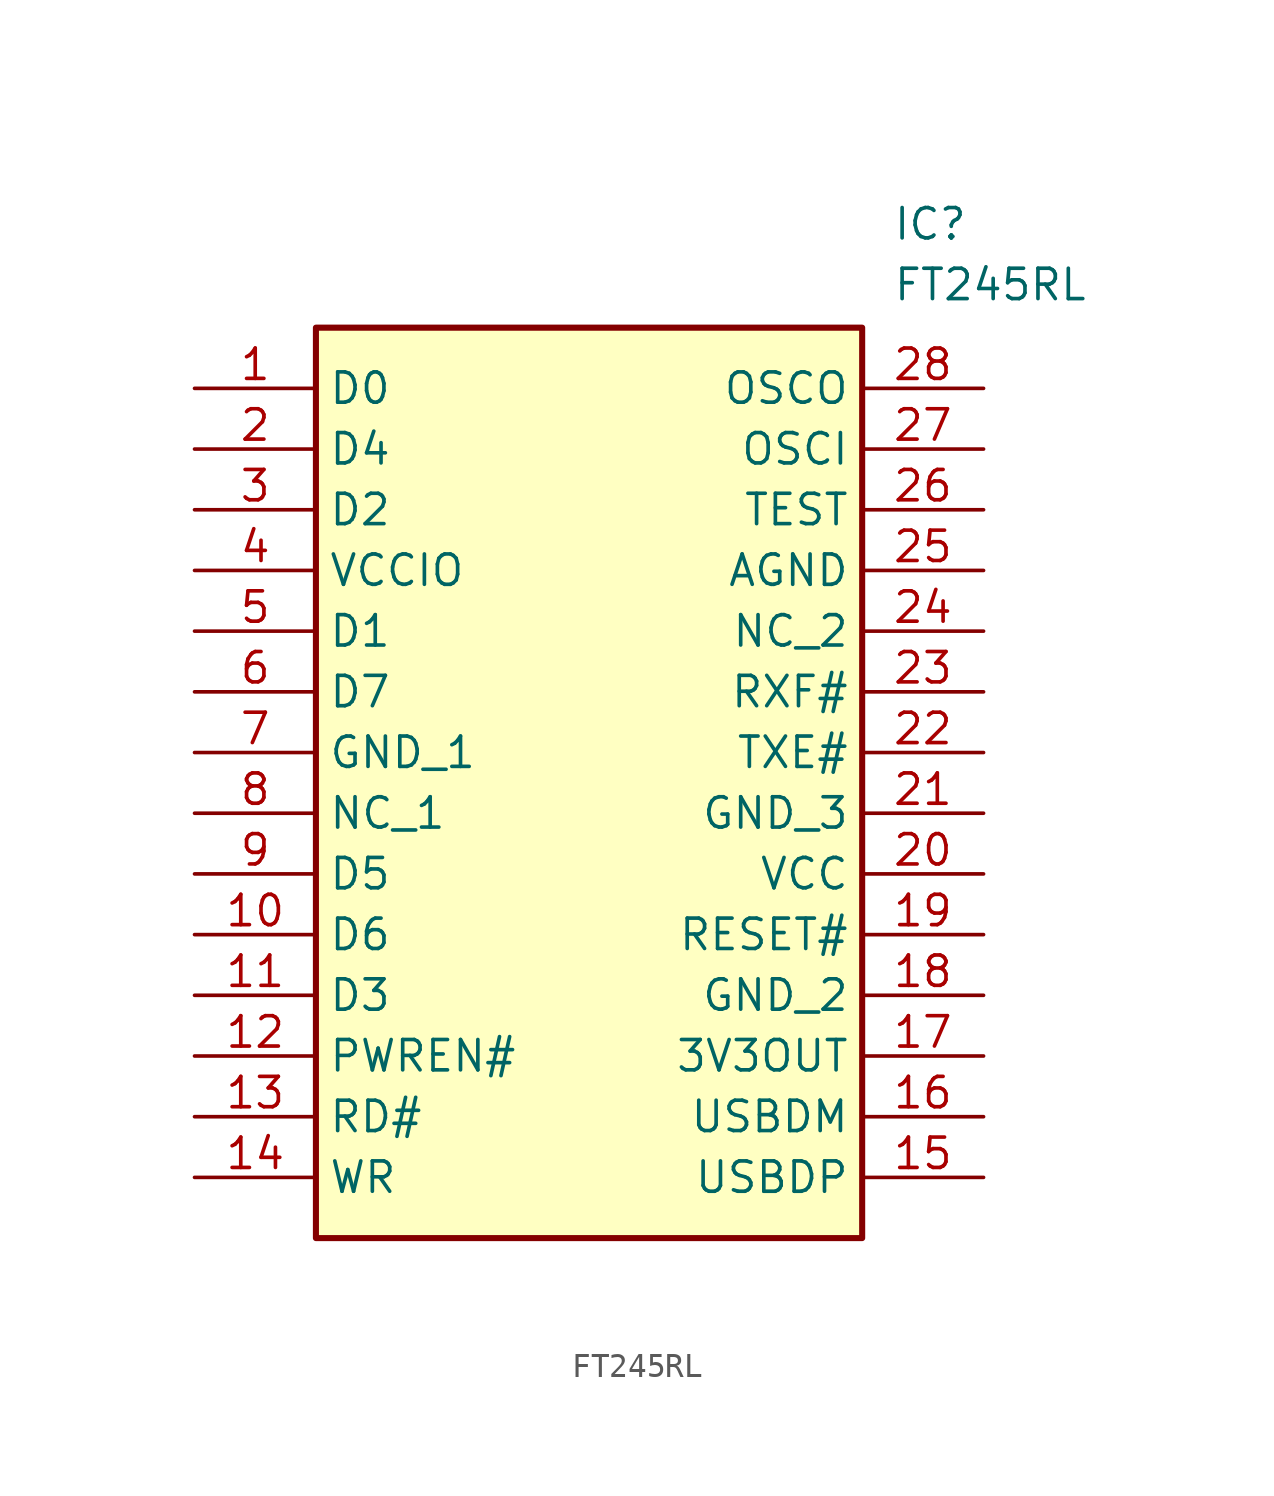
<source format=kicad_sym>
(kicad_symbol_lib
  (version 20211014)
  (generator SamacSys_ECAD_Model)
  (symbol "FT245RL"
    (property "Reference" "IC"
      (at 29.21 7.62 0)
      (effects (font (size 1.27 1.27)) (justify left top)))
    (property "Value" "FT245RL"
      (at 29.21 5.08 0)
      (effects (font (size 1.27 1.27)) (justify left top)))
    (rectangle
      (start 5.08 2.54)
      (end 27.94 -35.56)
      (stroke (width 0.254) (type default))
      (fill (type background)))
    (pin passive line
      (at 0 0 0)
      (length 5.08)
      (name "D0" (effects (font (size 1.27 1.27))))
      (number "1" (effects (font (size 1.27 1.27)))))
    (pin passive line
      (at 0 -2.54 0)
      (length 5.08)
      (name "D4" (effects (font (size 1.27 1.27))))
      (number "2" (effects (font (size 1.27 1.27)))))
    (pin passive line
      (at 0 -5.08 0)
      (length 5.08)
      (name "D2" (effects (font (size 1.27 1.27))))
      (number "3" (effects (font (size 1.27 1.27)))))
    (pin passive line
      (at 0 -7.62 0)
      (length 5.08)
      (name "VCCIO" (effects (font (size 1.27 1.27))))
      (number "4" (effects (font (size 1.27 1.27)))))
    (pin passive line
      (at 0 -10.16 0)
      (length 5.08)
      (name "D1" (effects (font (size 1.27 1.27))))
      (number "5" (effects (font (size 1.27 1.27)))))
    (pin passive line
      (at 0 -12.7 0)
      (length 5.08)
      (name "D7" (effects (font (size 1.27 1.27))))
      (number "6" (effects (font (size 1.27 1.27)))))
    (pin passive line
      (at 0 -15.24 0)
      (length 5.08)
      (name "GND_1" (effects (font (size 1.27 1.27))))
      (number "7" (effects (font (size 1.27 1.27)))))
    (pin passive line
      (at 0 -17.78 0)
      (length 5.08)
      (name "NC_1" (effects (font (size 1.27 1.27))))
      (number "8" (effects (font (size 1.27 1.27)))))
    (pin passive line
      (at 0 -20.32 0)
      (length 5.08)
      (name "D5" (effects (font (size 1.27 1.27))))
      (number "9" (effects (font (size 1.27 1.27)))))
    (pin passive line
      (at 0 -22.86 0)
      (length 5.08)
      (name "D6" (effects (font (size 1.27 1.27))))
      (number "10" (effects (font (size 1.27 1.27)))))
    (pin passive line
      (at 0 -25.4 0)
      (length 5.08)
      (name "D3" (effects (font (size 1.27 1.27))))
      (number "11" (effects (font (size 1.27 1.27)))))
    (pin passive line
      (at 0 -27.94 0)
      (length 5.08)
      (name "PWREN#" (effects (font (size 1.27 1.27))))
      (number "12" (effects (font (size 1.27 1.27)))))
    (pin passive line
      (at 0 -30.48 0)
      (length 5.08)
      (name "RD#" (effects (font (size 1.27 1.27))))
      (number "13" (effects (font (size 1.27 1.27)))))
    (pin passive line
      (at 0 -33.02 0)
      (length 5.08)
      (name "WR" (effects (font (size 1.27 1.27))))
      (number "14" (effects (font (size 1.27 1.27)))))
    (pin passive line
      (at 33.02 0 180)
      (length 5.08)
      (name "OSCO" (effects (font (size 1.27 1.27))))
      (number "28" (effects (font (size 1.27 1.27)))))
    (pin passive line
      (at 33.02 -2.54 180)
      (length 5.08)
      (name "OSCI" (effects (font (size 1.27 1.27))))
      (number "27" (effects (font (size 1.27 1.27)))))
    (pin passive line
      (at 33.02 -5.08 180)
      (length 5.08)
      (name "TEST" (effects (font (size 1.27 1.27))))
      (number "26" (effects (font (size 1.27 1.27)))))
    (pin passive line
      (at 33.02 -7.62 180)
      (length 5.08)
      (name "AGND" (effects (font (size 1.27 1.27))))
      (number "25" (effects (font (size 1.27 1.27)))))
    (pin passive line
      (at 33.02 -10.16 180)
      (length 5.08)
      (name "NC_2" (effects (font (size 1.27 1.27))))
      (number "24" (effects (font (size 1.27 1.27)))))
    (pin passive line
      (at 33.02 -12.7 180)
      (length 5.08)
      (name "RXF#" (effects (font (size 1.27 1.27))))
      (number "23" (effects (font (size 1.27 1.27)))))
    (pin passive line
      (at 33.02 -15.24 180)
      (length 5.08)
      (name "TXE#" (effects (font (size 1.27 1.27))))
      (number "22" (effects (font (size 1.27 1.27)))))
    (pin passive line
      (at 33.02 -17.78 180)
      (length 5.08)
      (name "GND_3" (effects (font (size 1.27 1.27))))
      (number "21" (effects (font (size 1.27 1.27)))))
    (pin passive line
      (at 33.02 -20.32 180)
      (length 5.08)
      (name "VCC" (effects (font (size 1.27 1.27))))
      (number "20" (effects (font (size 1.27 1.27)))))
    (pin passive line
      (at 33.02 -22.86 180)
      (length 5.08)
      (name "RESET#" (effects (font (size 1.27 1.27))))
      (number "19" (effects (font (size 1.27 1.27)))))
    (pin passive line
      (at 33.02 -25.4 180)
      (length 5.08)
      (name "GND_2" (effects (font (size 1.27 1.27))))
      (number "18" (effects (font (size 1.27 1.27)))))
    (pin passive line
      (at 33.02 -27.94 180)
      (length 5.08)
      (name "3V3OUT" (effects (font (size 1.27 1.27))))
      (number "17" (effects (font (size 1.27 1.27)))))
    (pin passive line
      (at 33.02 -30.48 180)
      (length 5.08)
      (name "USBDM" (effects (font (size 1.27 1.27))))
      (number "16" (effects (font (size 1.27 1.27)))))
    (pin passive line
      (at 33.02 -33.02 180)
      (length 5.08)
      (name "USBDP" (effects (font (size 1.27 1.27))))
      (number "15" (effects (font (size 1.27 1.27)))))))
</source>
